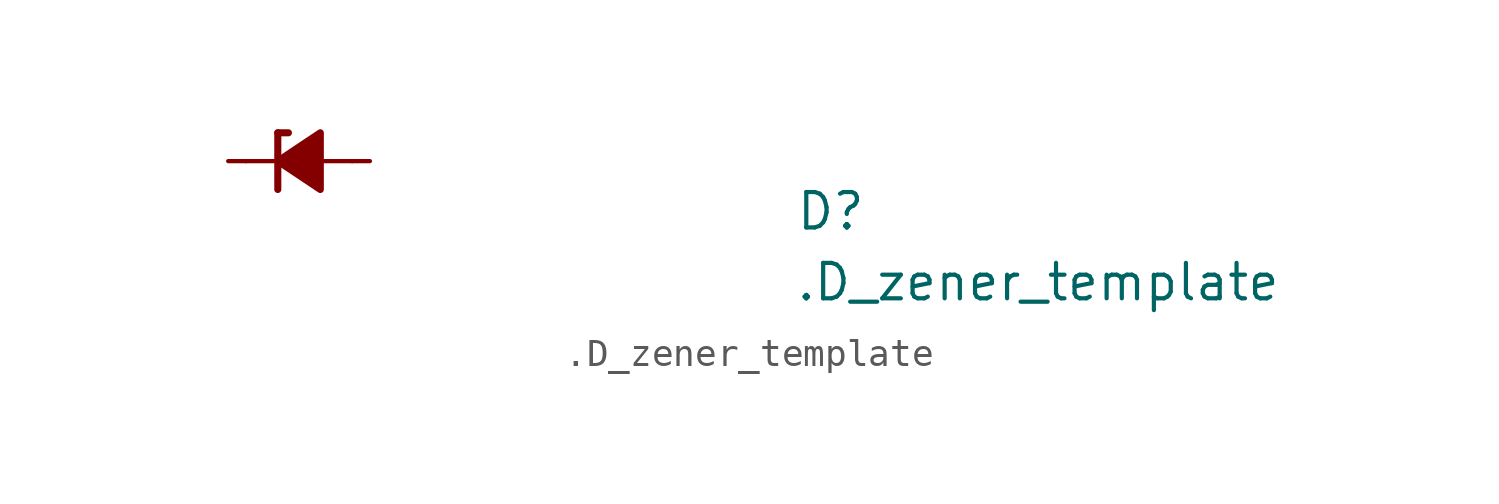
<source format=kicad_sym>
(kicad_symbol_lib
  (version 20220914)
  (generator kicad_symbol_editor)
  (symbol ".D_zener_template"
    (pin_numbers hide)
    (pin_names hide)
    (property "Reference" "D"
      (at 20.32 -2.54 0)
      (effects (font (size 1.27 1.27) (thickness 0.15)) (justify left bottom)))
    (property "Value" ".D_zener_template"
      (at 20.32 -5.08 0)
      (effects (font (size 1.27 1.27) (thickness 0.15)) (justify left bottom)))
    (symbol ".D_zener_template_0_1"
      (polyline (pts (xy 1.905 0) (xy 0.635 0)) (stroke (width 0) (type default)) (fill (type none)))
      (polyline (pts (xy 4.445 0) (xy 3.175 0)) (stroke (width 0) (type default)) (fill (type none))))
    (symbol ".D_zener_template_1_1"
      (polyline (pts (xy 1.778 -1.016) (xy 1.778 1.016)) (stroke (width 0.254) (type default)) (fill (type none)))
      (polyline (pts (xy 2.159 1.016) (xy 1.778 1.016)) (stroke (width 0.254) (type default)) (fill (type none)))
      (polyline (pts (xy 3.302 -1.016) (xy 3.302 1.016) (xy 1.778 0) (xy 3.302 -1.016)) (stroke (width 0.254) (type default)) (fill (type outline)))
      (pin passive line (at 0 0 0) (length 0.635) (name "C" (effects (font (size 1.27 1.27)))) (number "1" (effects (font (size 1.27 1.27)))))
      (pin passive line (at 5.08 0 180) (length 0.635) (name "A" (effects (font (size 1.27 1.27)))) (number "2" (effects (font (size 1.27 1.27))))))))
</source>
